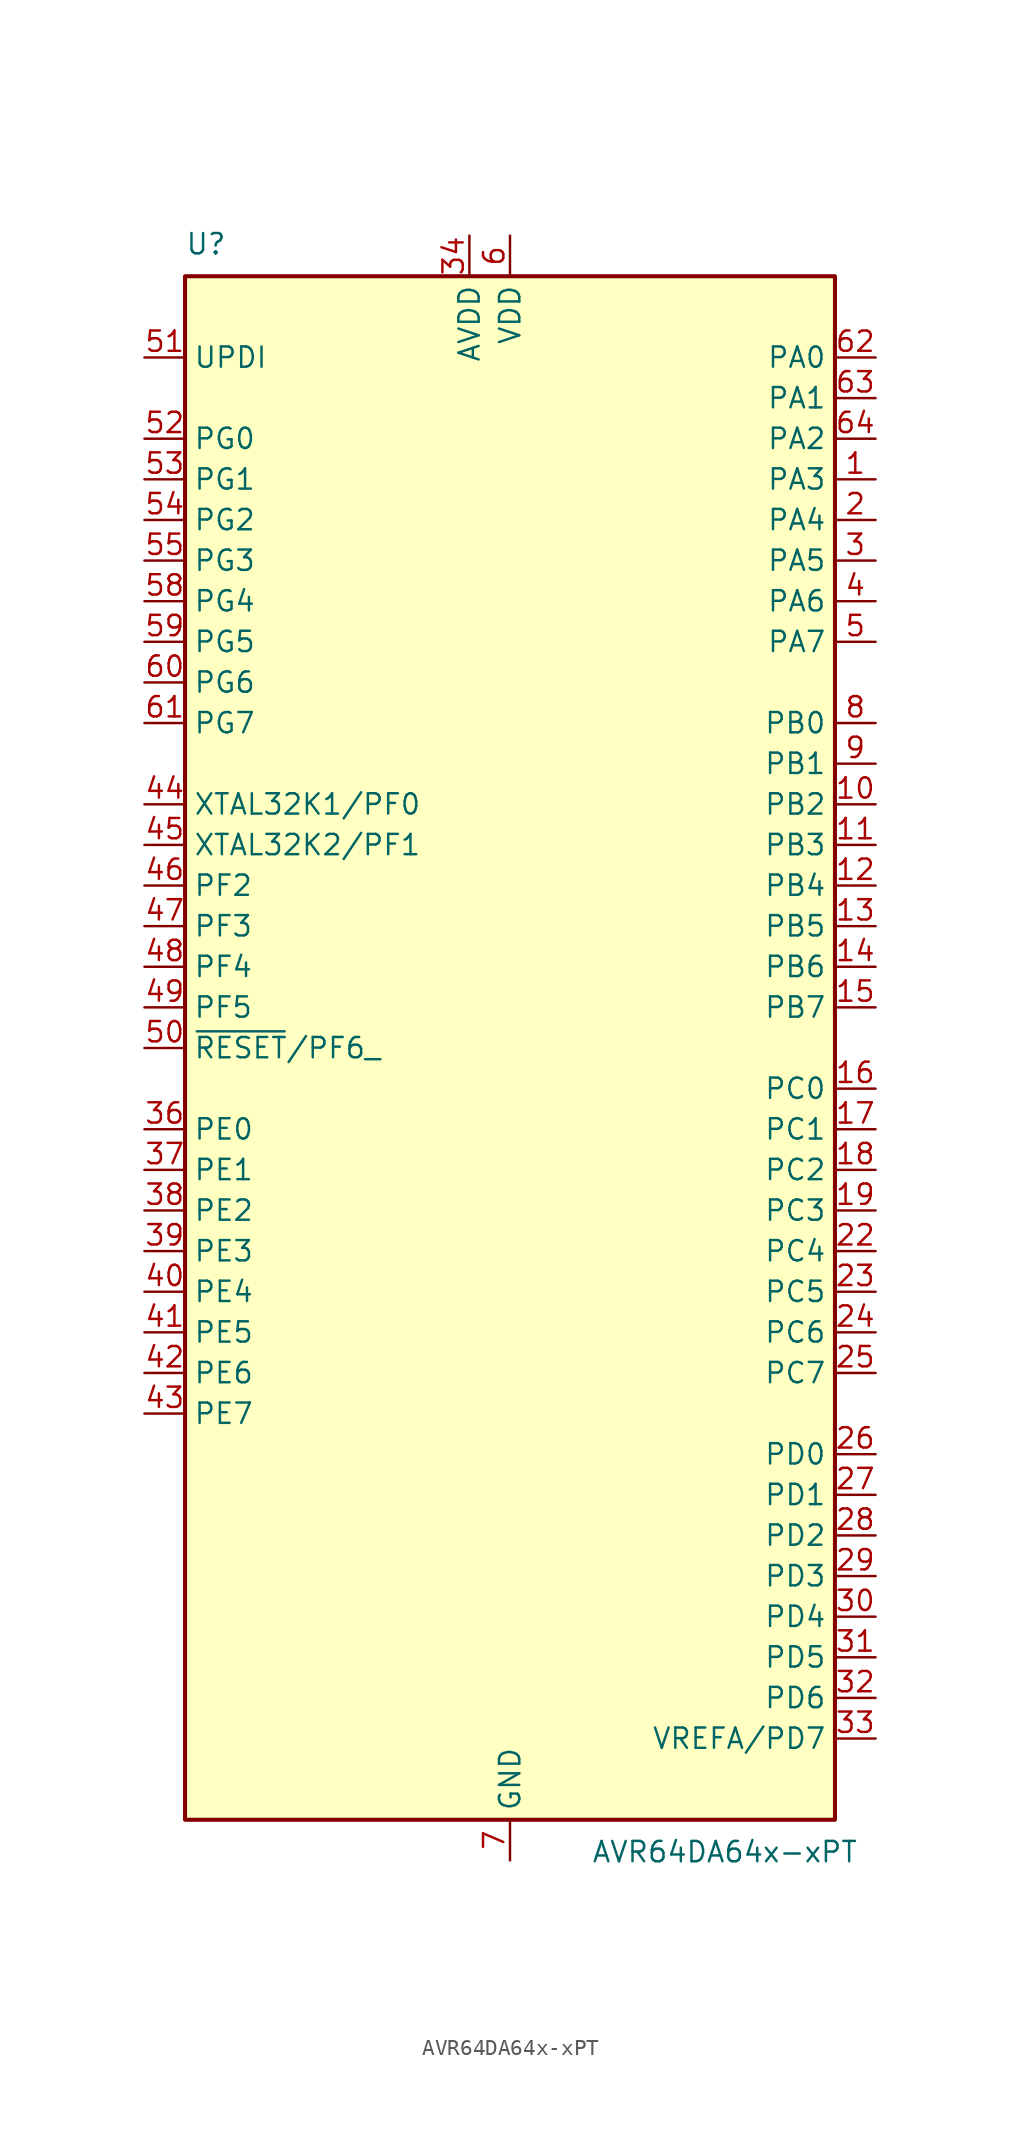
<source format=kicad_sym>
(kicad_symbol_lib
  (version 20220914)
  (generator kicad_symbol_editor)
  (symbol "AVR64DA64x-xPT"
    (property "Reference" "U"
      (at -20.32 49.53 0)
      (effects (font (size 1.27 1.27)) (justify left bottom)))
    (property "Value" "AVR64DA64x-xPT"
      (at 5.08 -49.53 0)
      (effects (font (size 1.27 1.27)) (justify left top)))
    (symbol "AVR64DA64x-xPT_0_1"
      (rectangle (start -20.32 48.26) (end 20.32 -48.26) (stroke (width 0.254) (type default)) (fill (type background))))
    (symbol "AVR64DA64x-xPT_1_1"
      (pin bidirectional line (at 22.86 35.56 180) (length 2.54) (name "PA3" (effects (font (size 1.27 1.27)))) (number "1" (effects (font (size 1.27 1.27)))))
      (pin bidirectional line (at 22.86 15.24 180) (length 2.54) (name "PB2" (effects (font (size 1.27 1.27)))) (number "10" (effects (font (size 1.27 1.27)))))
      (pin bidirectional line (at 22.86 12.7 180) (length 2.54) (name "PB3" (effects (font (size 1.27 1.27)))) (number "11" (effects (font (size 1.27 1.27)))))
      (pin bidirectional line (at 22.86 10.16 180) (length 2.54) (name "PB4" (effects (font (size 1.27 1.27)))) (number "12" (effects (font (size 1.27 1.27)))))
      (pin bidirectional line (at 22.86 7.62 180) (length 2.54) (name "PB5" (effects (font (size 1.27 1.27)))) (number "13" (effects (font (size 1.27 1.27)))))
      (pin bidirectional line (at 22.86 5.08 180) (length 2.54) (name "PB6" (effects (font (size 1.27 1.27)))) (number "14" (effects (font (size 1.27 1.27)))))
      (pin bidirectional line (at 22.86 2.54 180) (length 2.54) (name "PB7" (effects (font (size 1.27 1.27)))) (number "15" (effects (font (size 1.27 1.27)))))
      (pin bidirectional line (at 22.86 -2.54 180) (length 2.54) (name "PC0" (effects (font (size 1.27 1.27)))) (number "16" (effects (font (size 1.27 1.27)))))
      (pin bidirectional line (at 22.86 -5.08 180) (length 2.54) (name "PC1" (effects (font (size 1.27 1.27)))) (number "17" (effects (font (size 1.27 1.27)))))
      (pin bidirectional line (at 22.86 -7.62 180) (length 2.54) (name "PC2" (effects (font (size 1.27 1.27)))) (number "18" (effects (font (size 1.27 1.27)))))
      (pin bidirectional line (at 22.86 -10.16 180) (length 2.54) (name "PC3" (effects (font (size 1.27 1.27)))) (number "19" (effects (font (size 1.27 1.27)))))
      (pin bidirectional line (at 22.86 33.02 180) (length 2.54) (name "PA4" (effects (font (size 1.27 1.27)))) (number "2" (effects (font (size 1.27 1.27)))))
      (pin passive line (at 0 50.8 270) (length 2.54) hide (name "VDD" (effects (font (size 1.27 1.27)))) (number "20" (effects (font (size 1.27 1.27)))))
      (pin passive line (at 0 -50.8 90) (length 2.54) hide (name "GND" (effects (font (size 1.27 1.27)))) (number "21" (effects (font (size 1.27 1.27)))))
      (pin bidirectional line (at 22.86 -12.7 180) (length 2.54) (name "PC4" (effects (font (size 1.27 1.27)))) (number "22" (effects (font (size 1.27 1.27)))))
      (pin bidirectional line (at 22.86 -15.24 180) (length 2.54) (name "PC5" (effects (font (size 1.27 1.27)))) (number "23" (effects (font (size 1.27 1.27)))))
      (pin bidirectional line (at 22.86 -17.78 180) (length 2.54) (name "PC6" (effects (font (size 1.27 1.27)))) (number "24" (effects (font (size 1.27 1.27)))))
      (pin bidirectional line (at 22.86 -20.32 180) (length 2.54) (name "PC7" (effects (font (size 1.27 1.27)))) (number "25" (effects (font (size 1.27 1.27)))))
      (pin bidirectional line (at 22.86 -25.4 180) (length 2.54) (name "PD0" (effects (font (size 1.27 1.27)))) (number "26" (effects (font (size 1.27 1.27)))))
      (pin bidirectional line (at 22.86 -27.94 180) (length 2.54) (name "PD1" (effects (font (size 1.27 1.27)))) (number "27" (effects (font (size 1.27 1.27)))))
      (pin bidirectional line (at 22.86 -30.48 180) (length 2.54) (name "PD2" (effects (font (size 1.27 1.27)))) (number "28" (effects (font (size 1.27 1.27)))))
      (pin bidirectional line (at 22.86 -33.02 180) (length 2.54) (name "PD3" (effects (font (size 1.27 1.27)))) (number "29" (effects (font (size 1.27 1.27)))))
      (pin bidirectional line (at 22.86 30.48 180) (length 2.54) (name "PA5" (effects (font (size 1.27 1.27)))) (number "3" (effects (font (size 1.27 1.27)))))
      (pin bidirectional line (at 22.86 -35.56 180) (length 2.54) (name "PD4" (effects (font (size 1.27 1.27)))) (number "30" (effects (font (size 1.27 1.27)))))
      (pin bidirectional line (at 22.86 -38.1 180) (length 2.54) (name "PD5" (effects (font (size 1.27 1.27)))) (number "31" (effects (font (size 1.27 1.27)))))
      (pin bidirectional line (at 22.86 -40.64 180) (length 2.54) (name "PD6" (effects (font (size 1.27 1.27)))) (number "32" (effects (font (size 1.27 1.27)))))
      (pin bidirectional line (at 22.86 -43.18 180) (length 2.54) (name "VREFA/PD7" (effects (font (size 1.27 1.27)))) (number "33" (effects (font (size 1.27 1.27)))))
      (pin power_in line (at -2.54 50.8 270) (length 2.54) (name "AVDD" (effects (font (size 1.27 1.27)))) (number "34" (effects (font (size 1.27 1.27)))))
      (pin passive line (at 0 -50.8 90) (length 2.54) hide (name "GND" (effects (font (size 1.27 1.27)))) (number "35" (effects (font (size 1.27 1.27)))))
      (pin bidirectional line (at -22.86 -5.08 0) (length 2.54) (name "PE0" (effects (font (size 1.27 1.27)))) (number "36" (effects (font (size 1.27 1.27)))))
      (pin bidirectional line (at -22.86 -7.62 0) (length 2.54) (name "PE1" (effects (font (size 1.27 1.27)))) (number "37" (effects (font (size 1.27 1.27)))))
      (pin bidirectional line (at -22.86 -10.16 0) (length 2.54) (name "PE2" (effects (font (size 1.27 1.27)))) (number "38" (effects (font (size 1.27 1.27)))))
      (pin bidirectional line (at -22.86 -12.7 0) (length 2.54) (name "PE3" (effects (font (size 1.27 1.27)))) (number "39" (effects (font (size 1.27 1.27)))))
      (pin bidirectional line (at 22.86 27.94 180) (length 2.54) (name "PA6" (effects (font (size 1.27 1.27)))) (number "4" (effects (font (size 1.27 1.27)))))
      (pin bidirectional line (at -22.86 -15.24 0) (length 2.54) (name "PE4" (effects (font (size 1.27 1.27)))) (number "40" (effects (font (size 1.27 1.27)))))
      (pin bidirectional line (at -22.86 -17.78 0) (length 2.54) (name "PE5" (effects (font (size 1.27 1.27)))) (number "41" (effects (font (size 1.27 1.27)))))
      (pin bidirectional line (at -22.86 -20.32 0) (length 2.54) (name "PE6" (effects (font (size 1.27 1.27)))) (number "42" (effects (font (size 1.27 1.27)))))
      (pin bidirectional line (at -22.86 -22.86 0) (length 2.54) (name "PE7" (effects (font (size 1.27 1.27)))) (number "43" (effects (font (size 1.27 1.27)))))
      (pin bidirectional line (at -22.86 15.24 0) (length 2.54) (name "XTAL32K1/PF0" (effects (font (size 1.27 1.27)))) (number "44" (effects (font (size 1.27 1.27)))))
      (pin bidirectional line (at -22.86 12.7 0) (length 2.54) (name "XTAL32K2/PF1" (effects (font (size 1.27 1.27)))) (number "45" (effects (font (size 1.27 1.27)))))
      (pin bidirectional line (at -22.86 10.16 0) (length 2.54) (name "PF2" (effects (font (size 1.27 1.27)))) (number "46" (effects (font (size 1.27 1.27)))))
      (pin bidirectional line (at -22.86 7.62 0) (length 2.54) (name "PF3" (effects (font (size 1.27 1.27)))) (number "47" (effects (font (size 1.27 1.27)))))
      (pin bidirectional line (at -22.86 5.08 0) (length 2.54) (name "PF4" (effects (font (size 1.27 1.27)))) (number "48" (effects (font (size 1.27 1.27)))))
      (pin bidirectional line (at -22.86 2.54 0) (length 2.54) (name "PF5" (effects (font (size 1.27 1.27)))) (number "49" (effects (font (size 1.27 1.27)))))
      (pin bidirectional line (at 22.86 25.4 180) (length 2.54) (name "PA7" (effects (font (size 1.27 1.27)))) (number "5" (effects (font (size 1.27 1.27)))))
      (pin bidirectional line (at -22.86 0 0) (length 2.54) (name "~{RESET}/PF6_" (effects (font (size 1.27 1.27)))) (number "50" (effects (font (size 1.27 1.27)))))
      (pin input line (at -22.86 43.18 0) (length 2.54) (name "UPDI" (effects (font (size 1.27 1.27)))) (number "51" (effects (font (size 1.27 1.27)))))
      (pin bidirectional line (at -22.86 38.1 0) (length 2.54) (name "PG0" (effects (font (size 1.27 1.27)))) (number "52" (effects (font (size 1.27 1.27)))))
      (pin bidirectional line (at -22.86 35.56 0) (length 2.54) (name "PG1" (effects (font (size 1.27 1.27)))) (number "53" (effects (font (size 1.27 1.27)))))
      (pin bidirectional line (at -22.86 33.02 0) (length 2.54) (name "PG2" (effects (font (size 1.27 1.27)))) (number "54" (effects (font (size 1.27 1.27)))))
      (pin bidirectional line (at -22.86 30.48 0) (length 2.54) (name "PG3" (effects (font (size 1.27 1.27)))) (number "55" (effects (font (size 1.27 1.27)))))
      (pin passive line (at 0 50.8 270) (length 2.54) hide (name "VDD" (effects (font (size 1.27 1.27)))) (number "56" (effects (font (size 1.27 1.27)))))
      (pin passive line (at 0 -50.8 90) (length 2.54) hide (name "GND" (effects (font (size 1.27 1.27)))) (number "57" (effects (font (size 1.27 1.27)))))
      (pin bidirectional line (at -22.86 27.94 0) (length 2.54) (name "PG4" (effects (font (size 1.27 1.27)))) (number "58" (effects (font (size 1.27 1.27)))))
      (pin bidirectional line (at -22.86 25.4 0) (length 2.54) (name "PG5" (effects (font (size 1.27 1.27)))) (number "59" (effects (font (size 1.27 1.27)))))
      (pin power_in line (at 0 50.8 270) (length 2.54) (name "VDD" (effects (font (size 1.27 1.27)))) (number "6" (effects (font (size 1.27 1.27)))))
      (pin bidirectional line (at -22.86 22.86 0) (length 2.54) (name "PG6" (effects (font (size 1.27 1.27)))) (number "60" (effects (font (size 1.27 1.27)))))
      (pin bidirectional line (at -22.86 20.32 0) (length 2.54) (name "PG7" (effects (font (size 1.27 1.27)))) (number "61" (effects (font (size 1.27 1.27)))))
      (pin bidirectional line (at 22.86 43.18 180) (length 2.54) (name "PA0" (effects (font (size 1.27 1.27)))) (number "62" (effects (font (size 1.27 1.27)))))
      (pin bidirectional line (at 22.86 40.64 180) (length 2.54) (name "PA1" (effects (font (size 1.27 1.27)))) (number "63" (effects (font (size 1.27 1.27)))))
      (pin bidirectional line (at 22.86 38.1 180) (length 2.54) (name "PA2" (effects (font (size 1.27 1.27)))) (number "64" (effects (font (size 1.27 1.27)))))
      (pin power_in line (at 0 -50.8 90) (length 2.54) (name "GND" (effects (font (size 1.27 1.27)))) (number "7" (effects (font (size 1.27 1.27)))))
      (pin bidirectional line (at 22.86 20.32 180) (length 2.54) (name "PB0" (effects (font (size 1.27 1.27)))) (number "8" (effects (font (size 1.27 1.27)))))
      (pin bidirectional line (at 22.86 17.78 180) (length 2.54) (name "PB1" (effects (font (size 1.27 1.27)))) (number "9" (effects (font (size 1.27 1.27))))))))
</source>
